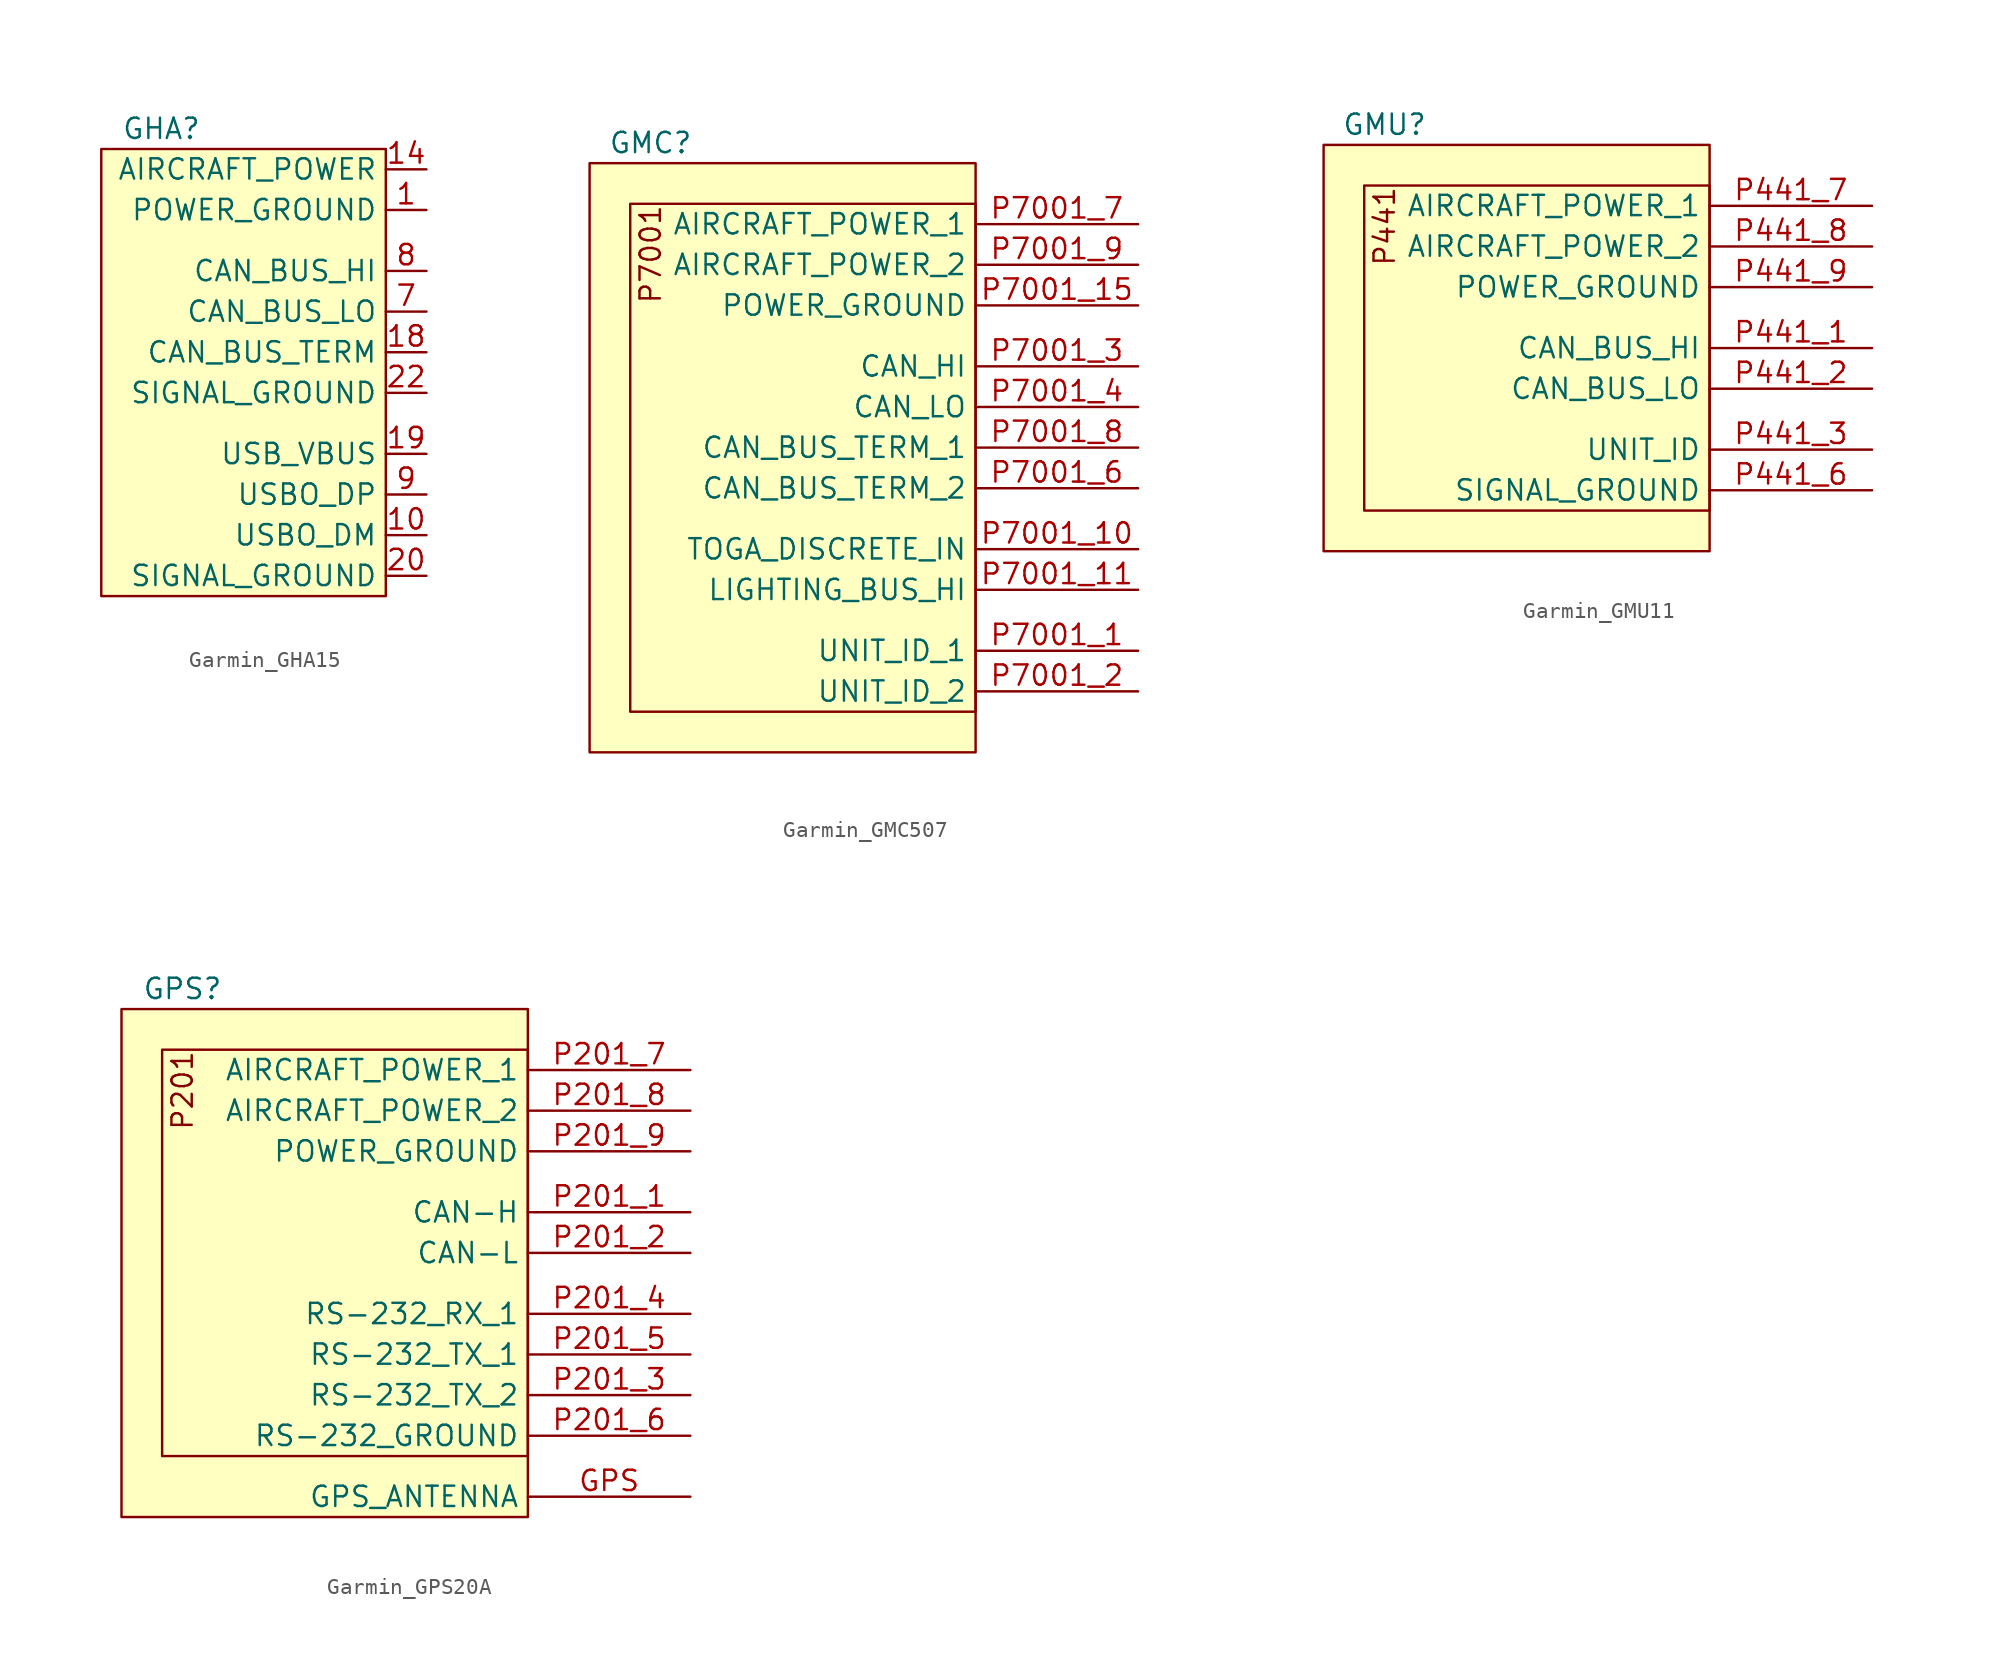
<source format=kicad_sym>
(kicad_symbol_lib
  (version 20241209)
  (generator "kicad_symbol_editor")
  (generator_version "9.0")
  (symbol "Garmin_GHA15"
    (property "Reference" "GHA"
      (at 1.27 1.27 0)
      (effects (font (size 1.27 1.27)) (justify left)))
    (property "Value" ""
      (at 0 0 0)
      (effects (font (size 1.27 1.27))))
    (symbol "Garmin_GHA15_1_1"
      (rectangle (start 0 0) (end 17.78 -27.94) (stroke (width 0) (type default)) (fill (type background)))
      (pin power_in line (at 20.32 -1.27 180) (length 2.54) (name "AIRCRAFT_POWER" (effects (font (size 1.27 1.27)))) (number "14" (effects (font (size 1.27 1.27)))))
      (pin passive line (at 20.32 -3.81 180) (length 2.54) (name "POWER_GROUND" (effects (font (size 1.27 1.27)))) (number "1" (effects (font (size 1.27 1.27)))))
      (pin bidirectional line (at 20.32 -7.62 180) (length 2.54) (name "CAN_BUS_HI" (effects (font (size 1.27 1.27)))) (number "8" (effects (font (size 1.27 1.27)))))
      (pin bidirectional line (at 20.32 -10.16 180) (length 2.54) (name "CAN_BUS_LO" (effects (font (size 1.27 1.27)))) (number "7" (effects (font (size 1.27 1.27)))))
      (pin output line (at 20.32 -12.7 180) (length 2.54) (name "CAN_BUS_TERM" (effects (font (size 1.27 1.27)))) (number "18" (effects (font (size 1.27 1.27)))))
      (pin passive line (at 20.32 -15.24 180) (length 2.54) (name "SIGNAL_GROUND" (effects (font (size 1.27 1.27)))) (number "22" (effects (font (size 1.27 1.27)))))
      (pin power_in line (at 20.32 -19.05 180) (length 2.54) (name "USB_VBUS" (effects (font (size 1.27 1.27)))) (number "19" (effects (font (size 1.27 1.27)))))
      (pin bidirectional line (at 20.32 -21.59 180) (length 2.54) (name "USBO_DP" (effects (font (size 1.27 1.27)))) (number "9" (effects (font (size 1.27 1.27)))))
      (pin bidirectional line (at 20.32 -24.13 180) (length 2.54) (name "USBO_DM" (effects (font (size 1.27 1.27)))) (number "10" (effects (font (size 1.27 1.27)))))
      (pin passive line (at 20.32 -26.67 180) (length 2.54) (name "SIGNAL_GROUND" (effects (font (size 1.27 1.27)))) (number "20" (effects (font (size 1.27 1.27)))))))
  (symbol "Garmin_GMC507"
    (property "Reference" "GMC"
      (at 3.81 1.27 0)
      (effects (font (size 1.27 1.27))))
    (property "Value" ""
      (at 0 0 0)
      (effects (font (size 1.27 1.27))))
    (symbol "Garmin_GMC507_1_1"
      (rectangle (start 0 0) (end 24.13 -36.83) (stroke (width 0) (type default)) (fill (type background)))
      (rectangle (start 2.54 -2.54) (end 24.13 -34.29) (stroke (width 0) (type default)) (fill (type background)))
      (text "P7001" (at 3.81 -2.54 900) (effects (font (size 1.27 1.27)) (justify right)))
      (pin power_in line (at 34.29 -3.81 180) (length 10.16) (name "AIRCRAFT_POWER_1" (effects (font (size 1.27 1.27)))) (number "P7001_7" (effects (font (size 1.27 1.27)))))
      (pin power_in line (at 34.29 -6.35 180) (length 10.16) (name "AIRCRAFT_POWER_2" (effects (font (size 1.27 1.27)))) (number "P7001_9" (effects (font (size 1.27 1.27)))))
      (pin passive line (at 34.29 -8.89 180) (length 10.16) (name "POWER_GROUND" (effects (font (size 1.27 1.27)))) (number "P7001_15" (effects (font (size 1.27 1.27)))))
      (pin bidirectional line (at 34.29 -12.7 180) (length 10.16) (name "CAN_HI" (effects (font (size 1.27 1.27)))) (number "P7001_3" (effects (font (size 1.27 1.27)))))
      (pin bidirectional line (at 34.29 -15.24 180) (length 10.16) (name "CAN_LO" (effects (font (size 1.27 1.27)))) (number "P7001_4" (effects (font (size 1.27 1.27)))))
      (pin bidirectional line (at 34.29 -17.78 180) (length 10.16) (name "CAN_BUS_TERM_1" (effects (font (size 1.27 1.27)))) (number "P7001_8" (effects (font (size 1.27 1.27)))))
      (pin bidirectional line (at 34.29 -20.32 180) (length 10.16) (name "CAN_BUS_TERM_2" (effects (font (size 1.27 1.27)))) (number "P7001_6" (effects (font (size 1.27 1.27)))))
      (pin bidirectional line (at 34.29 -24.13 180) (length 10.16) (name "TOGA_DISCRETE_IN" (effects (font (size 1.27 1.27)))) (number "P7001_10" (effects (font (size 1.27 1.27)))))
      (pin bidirectional line (at 34.29 -26.67 180) (length 10.16) (name "LIGHTING_BUS_HI" (effects (font (size 1.27 1.27)))) (number "P7001_11" (effects (font (size 1.27 1.27)))))
      (pin bidirectional line (at 34.29 -30.48 180) (length 10.16) (name "UNIT_ID_1" (effects (font (size 1.27 1.27)))) (number "P7001_1" (effects (font (size 1.27 1.27)))))
      (pin bidirectional line (at 34.29 -33.02 180) (length 10.16) (name "UNIT_ID_2" (effects (font (size 1.27 1.27)))) (number "P7001_2" (effects (font (size 1.27 1.27)))))))
  (symbol "Garmin_GMU11"
    (property "Reference" "GMU"
      (at 3.81 1.27 0)
      (effects (font (size 1.27 1.27))))
    (property "Value" ""
      (at 0 0 0)
      (effects (font (size 1.27 1.27))))
    (symbol "Garmin_GMU11_1_1"
      (rectangle (start 0 0) (end 24.13 -25.4) (stroke (width 0) (type default)) (fill (type background)))
      (rectangle (start 2.54 -2.54) (end 24.13 -22.86) (stroke (width 0) (type default)) (fill (type background)))
      (text "P441" (at 3.81 -2.54 900) (effects (font (size 1.27 1.27)) (justify right)))
      (pin power_in line (at 34.29 -3.81 180) (length 10.16) (name "AIRCRAFT_POWER_1" (effects (font (size 1.27 1.27)))) (number "P441_7" (effects (font (size 1.27 1.27)))))
      (pin power_in line (at 34.29 -6.35 180) (length 10.16) (name "AIRCRAFT_POWER_2" (effects (font (size 1.27 1.27)))) (number "P441_8" (effects (font (size 1.27 1.27)))))
      (pin passive line (at 34.29 -8.89 180) (length 10.16) (name "POWER_GROUND" (effects (font (size 1.27 1.27)))) (number "P441_9" (effects (font (size 1.27 1.27)))))
      (pin bidirectional line (at 34.29 -12.7 180) (length 10.16) (name "CAN_BUS_HI" (effects (font (size 1.27 1.27)))) (number "P441_1" (effects (font (size 1.27 1.27)))))
      (pin bidirectional line (at 34.29 -15.24 180) (length 10.16) (name "CAN_BUS_LO" (effects (font (size 1.27 1.27)))) (number "P441_2" (effects (font (size 1.27 1.27)))))
      (pin bidirectional line (at 34.29 -19.05 180) (length 10.16) (name "UNIT_ID" (effects (font (size 1.27 1.27)))) (number "P441_3" (effects (font (size 1.27 1.27)))))
      (pin passive line (at 34.29 -21.59 180) (length 10.16) (name "SIGNAL_GROUND" (effects (font (size 1.27 1.27)))) (number "P441_6" (effects (font (size 1.27 1.27)))))))
  (symbol "Garmin_GPS20A"
    (property "Reference" "GPS"
      (at 3.81 1.27 0)
      (effects (font (size 1.27 1.27))))
    (property "Value" ""
      (at 1.27 0 0)
      (effects (font (size 1.27 1.27))))
    (symbol "Garmin_GPS20A_1_1"
      (rectangle (start 0 0) (end 25.4 -31.75) (stroke (width 0) (type default)) (fill (type background)))
      (rectangle (start 2.54 -2.54) (end 25.4 -27.94) (stroke (width 0) (type default)) (fill (type background)))
      (text "P201" (at 3.81 -2.54 900) (effects (font (size 1.27 1.27)) (justify right)))
      (pin power_in line (at 35.56 -3.81 180) (length 10.16) (name "AIRCRAFT_POWER_1" (effects (font (size 1.27 1.27)))) (number "P201_7" (effects (font (size 1.27 1.27)))))
      (pin power_in line (at 35.56 -6.35 180) (length 10.16) (name "AIRCRAFT_POWER_2" (effects (font (size 1.27 1.27)))) (number "P201_8" (effects (font (size 1.27 1.27)))))
      (pin passive line (at 35.56 -8.89 180) (length 10.16) (name "POWER_GROUND" (effects (font (size 1.27 1.27)))) (number "P201_9" (effects (font (size 1.27 1.27)))))
      (pin bidirectional line (at 35.56 -12.7 180) (length 10.16) (name "CAN-H" (effects (font (size 1.27 1.27)))) (number "P201_1" (effects (font (size 1.27 1.27)))))
      (pin bidirectional line (at 35.56 -15.24 180) (length 10.16) (name "CAN-L" (effects (font (size 1.27 1.27)))) (number "P201_2" (effects (font (size 1.27 1.27)))))
      (pin input line (at 35.56 -19.05 180) (length 10.16) (name "RS-232_RX_1" (effects (font (size 1.27 1.27)))) (number "P201_4" (effects (font (size 1.27 1.27)))))
      (pin output line (at 35.56 -21.59 180) (length 10.16) (name "RS-232_TX_1" (effects (font (size 1.27 1.27)))) (number "P201_5" (effects (font (size 1.27 1.27)))))
      (pin output line (at 35.56 -24.13 180) (length 10.16) (name "RS-232_TX_2" (effects (font (size 1.27 1.27)))) (number "P201_3" (effects (font (size 1.27 1.27)))))
      (pin passive line (at 35.56 -26.67 180) (length 10.16) (name "RS-232_GROUND" (effects (font (size 1.27 1.27)))) (number "P201_6" (effects (font (size 1.27 1.27)))))
      (pin input line (at 35.56 -30.48 180) (length 10.16) (name "GPS_ANTENNA" (effects (font (size 1.27 1.27)))) (number "GPS" (effects (font (size 1.27 1.27))))))))
</source>
